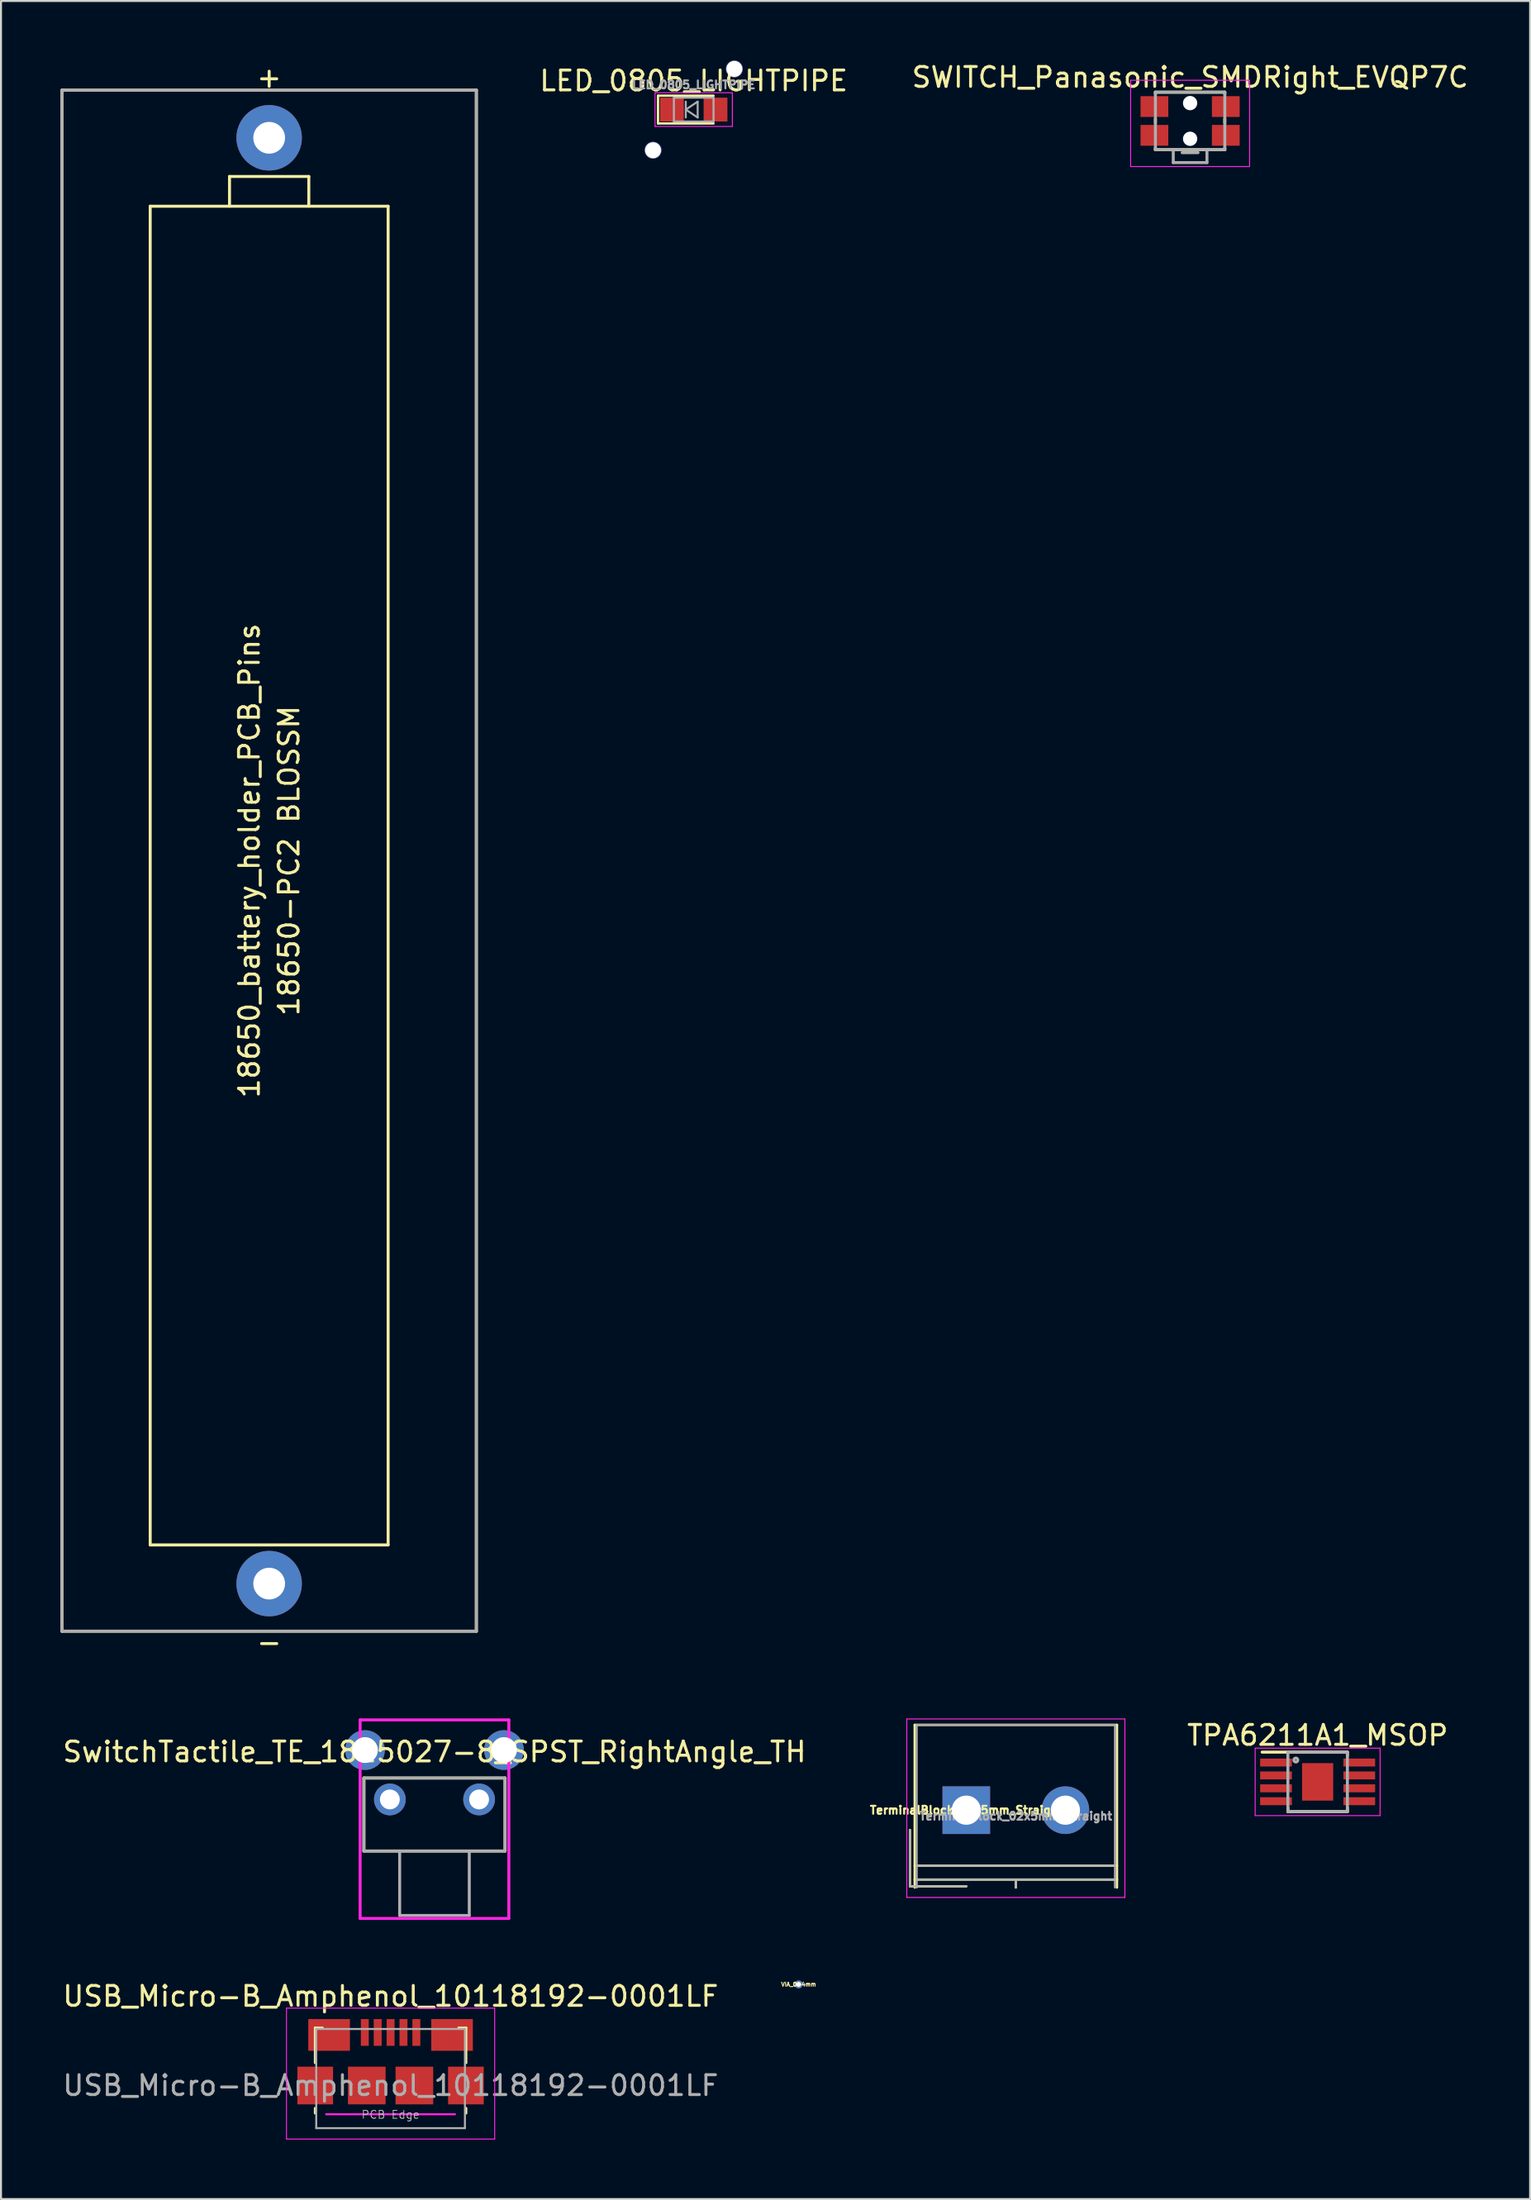
<source format=kicad_pcb>
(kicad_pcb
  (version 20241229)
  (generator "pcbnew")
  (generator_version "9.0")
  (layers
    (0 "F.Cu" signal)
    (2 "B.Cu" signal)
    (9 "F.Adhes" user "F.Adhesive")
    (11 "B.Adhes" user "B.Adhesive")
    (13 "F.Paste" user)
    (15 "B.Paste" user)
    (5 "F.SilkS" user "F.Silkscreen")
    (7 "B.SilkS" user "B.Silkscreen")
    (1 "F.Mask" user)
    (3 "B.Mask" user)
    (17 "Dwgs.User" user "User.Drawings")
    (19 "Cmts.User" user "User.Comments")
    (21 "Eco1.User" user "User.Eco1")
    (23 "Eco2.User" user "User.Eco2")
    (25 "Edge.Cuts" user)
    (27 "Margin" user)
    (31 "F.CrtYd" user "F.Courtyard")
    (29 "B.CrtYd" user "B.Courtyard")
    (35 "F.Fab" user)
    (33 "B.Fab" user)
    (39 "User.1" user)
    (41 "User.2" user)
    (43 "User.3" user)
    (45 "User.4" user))
  (footprint "USB_Micro-B_Amphenol_10118192-0001LF"
    (layer "F.Cu")
    (at 16.649 102.105)
    (property "Reference" "USB_Micro-B_Amphenol_10118192-0001LF" (at 0 -4.5 180) (layer "F.SilkS") (effects (font (size 1 1) (thickness 0.15))))
    (attr smd)
    (fp_line (start -3.81 -2.91) (end -3.43 -2.91) (stroke (width 0.12) (type solid)) (layer "F.SilkS"))
    (fp_line (start -3.81 -1.14) (end -3.81 -2.91) (stroke (width 0.12) (type solid)) (layer "F.SilkS"))
    (fp_line (start -3.81 1.4) (end -3.81 1.14) (stroke (width 0.12) (type solid)) (layer "F.SilkS"))
    (fp_line (start 3.81 -2.91) (end 3.43 -2.91) (stroke (width 0.12) (type solid)) (layer "F.SilkS"))
    (fp_line (start 3.81 -2.91) (end 3.81 -1.14) (stroke (width 0.12) (type solid)) (layer "F.SilkS"))
    (fp_line (start 3.81 1.14) (end 3.81 1.4) (stroke (width 0.12) (type solid)) (layer "F.SilkS"))
    (fp_line (start -5.25 -3.9) (end 5.25 -3.9) (stroke (width 0.05) (type solid)) (layer "F.CrtYd"))
    (fp_line (start -5.25 2.7) (end -5.25 -3.9) (stroke (width 0.05) (type solid)) (layer "F.CrtYd"))
    (fp_line (start -3.25 1.45) (end 3.25 1.45) (stroke (width 0.1) (type solid)) (layer "F.CrtYd"))
    (fp_line (start 5.25 -3.9) (end 5.25 2.7) (stroke (width 0.05) (type solid)) (layer "F.CrtYd"))
    (fp_line (start 5.25 2.7) (end -5.25 2.7) (stroke (width 0.05) (type solid)) (layer "F.CrtYd"))
    (fp_line (start -3.75 -2.85) (end 3.75 -2.85) (stroke (width 0.1) (type solid)) (layer "F.Fab"))
    (fp_line (start -3.75 2.15) (end -3.75 -2.85) (stroke (width 0.1) (type solid)) (layer "F.Fab"))
    (fp_line (start 3.75 -2.85) (end 3.75 2.15) (stroke (width 0.1) (type solid)) (layer "F.Fab"))
    (fp_line (start 3.75 2.15) (end -3.75 2.15) (stroke (width 0.1) (type solid)) (layer "F.Fab"))
    (fp_text user "PCB Edge" (at 0 1.47 180) (layer "Dwgs.User") (effects (font (size 0.4 0.4) (thickness 0.04))))
    (fp_text user "${REFERENCE}" (at 0 0 0) (layer "F.Fab") (effects (font (size 1 1) (thickness 0.15))))
    (pad "1" smd rect (at -1.3 -2.675) (size 0.4 1.35) (layers "F.Cu" "F.Mask" "F.Paste"))
    (pad "2" smd rect (at -0.65 -2.675) (size 0.4 1.35) (layers "F.Cu" "F.Mask" "F.Paste"))
    (pad "3" smd rect (at 0 -2.675) (size 0.4 1.35) (layers "F.Cu" "F.Mask" "F.Paste"))
    (pad "4" smd rect (at 0.65 -2.675) (size 0.4 1.35) (layers "F.Cu" "F.Mask" "F.Paste"))
    (pad "5" smd rect (at 1.3 -2.675) (size 0.4 1.35) (layers "F.Cu" "F.Mask" "F.Paste"))
    (pad "6" smd rect (at -3.8 0) (size 1.8 1.9) (layers "F.Cu" "F.Mask" "F.Paste"))
    (pad "6" smd rect (at -3.1 -2.55) (size 2.1 1.6) (layers "F.Cu" "F.Mask" "F.Paste"))
    (pad "6" smd rect (at -1.2 0) (size 1.9 1.9) (layers "F.Cu" "F.Mask" "F.Paste"))
    (pad "6" smd rect (at 1.2 0) (size 1.9 1.9) (layers "F.Cu" "F.Mask" "F.Paste"))
    (pad "6" smd rect (at 3.1 -2.55) (size 2.1 1.6) (layers "F.Cu" "F.Mask" "F.Paste"))
    (pad "6" smd rect (at 3.8 0) (size 1.8 1.9) (layers "F.Cu" "F.Mask" "F.Paste")))
  (footprint "VIA_0-4mm"
    (layer "F.Cu")
    (at 37.229 97.007)
    (property "Reference" "VIA_0-4mm" (at 0 0 0) (layer "F.SilkS") (effects (font (size 0.2 0.2) (thickness 0.05))))
    (attr through_hole)
    (pad "1" thru_hole circle (at 0 0) (size 0.4 0.4) (drill 0.254) (layers "*.Cu")))
  (footprint "SWITCH_Panasonic_SMDRight_EVQP7C"
    (layer "F.Cu")
    (at 56.973 3.048)
    (property "Reference" "SWITCH_Panasonic_SMDRight_EVQP7C" (at 0 -2.2 0) (layer "F.SilkS") (effects (font (size 1 1) (thickness 0.15))))
    (attr through_hole)
    (fp_line (start -1.75 -1.45) (end -1.75 -1.35) (stroke (width 0.15) (type solid)) (layer "F.SilkS"))
    (fp_line (start -1.75 -1.45) (end 1.75 -1.45) (stroke (width 0.15) (type solid)) (layer "F.SilkS"))
    (fp_line (start -1.75 -0.1) (end -1.75 0.1) (stroke (width 0.15) (type solid)) (layer "F.SilkS"))
    (fp_line (start -1.75 1.35) (end -1.75 1.45) (stroke (width 0.15) (type solid)) (layer "F.SilkS"))
    (fp_line (start -1.75 1.45) (end 1.75 1.45) (stroke (width 0.15) (type solid)) (layer "F.SilkS"))
    (fp_line (start 1.75 -1.45) (end 1.75 -1.35) (stroke (width 0.15) (type solid)) (layer "F.SilkS"))
    (fp_line (start 1.75 -0.1) (end 1.75 0.1) (stroke (width 0.15) (type solid)) (layer "F.SilkS"))
    (fp_line (start 1.75 1.45) (end 1.75 1.35) (stroke (width 0.15) (type solid)) (layer "F.SilkS"))
    (fp_line (start -3 -2.05) (end 3 -2.05) (stroke (width 0.05) (type solid)) (layer "F.CrtYd"))
    (fp_line (start -3 2.3) (end -3 -2.05) (stroke (width 0.05) (type solid)) (layer "F.CrtYd"))
    (fp_line (start 3 -2.05) (end 3 2.3) (stroke (width 0.05) (type solid)) (layer "F.CrtYd"))
    (fp_line (start 3 2.3) (end -3 2.3) (stroke (width 0.05) (type solid)) (layer "F.CrtYd"))
    (fp_line (start -1.75 -1.45) (end 1.75 -1.45) (stroke (width 0.15) (type solid)) (layer "F.Fab"))
    (fp_line (start -1.75 1.45) (end -1.75 -1.45) (stroke (width 0.15) (type solid)) (layer "F.Fab"))
    (fp_line (start -0.85 2.1) (end -0.85 1.45) (stroke (width 0.15) (type solid)) (layer "F.Fab"))
    (fp_line (start -0.85 2.1) (end 0.85 2.1) (stroke (width 0.15) (type solid)) (layer "F.Fab"))
    (fp_line (start -0.4 1.6) (end 0.4 1.6) (stroke (width 0.15) (type solid)) (layer "F.Fab"))
    (fp_line (start 0.85 2.1) (end 0.85 1.45) (stroke (width 0.15) (type solid)) (layer "F.Fab"))
    (fp_line (start 1.75 -1.45) (end 1.75 1.45) (stroke (width 0.15) (type solid)) (layer "F.Fab"))
    (fp_line (start 1.75 1.45) (end -1.75 1.45) (stroke (width 0.15) (type solid)) (layer "F.Fab"))
    (pad "" np_thru_hole circle (at 0 -0.9) (size 0.72 0.72) (drill 0.72) (layers "*.Cu" "*.Mask"))
    (pad "" np_thru_hole circle (at 0 0.9) (size 0.72 0.72) (drill 0.72) (layers "*.Cu" "*.Mask"))
    (pad "1" smd rect (at -1.8 -0.725) (size 1.4 1.05) (layers "F.Cu" "F.Mask" "F.Paste"))
    (pad "1" smd rect (at 1.8 -0.725) (size 1.4 1.05) (layers "F.Cu" "F.Mask" "F.Paste"))
    (pad "2" smd rect (at -1.8 0.725) (size 1.4 1.05) (layers "F.Cu" "F.Mask" "F.Paste"))
    (pad "2" smd rect (at 1.8 0.725) (size 1.4 1.05) (layers "F.Cu" "F.Mask" "F.Paste")))
  (footprint "TerminalBlock_02x5mm_Straight"
    (layer "F.Cu")
    (at 45.684 88.222)
    (property "Reference" "TerminalBlock_02x5mm_Straight" (at 0 0 0) (layer "F.SilkS") (effects (font (size 0.4 0.4) (thickness 0.1))))
    (attr through_hole)
    (fp_line (start -2.84 1) (end -2.84 3.84) (stroke (width 0.12) (type solid)) (layer "F.SilkS"))
    (fp_line (start -2.84 3.84) (end 0 3.84) (stroke (width 0.12) (type solid)) (layer "F.SilkS"))
    (fp_line (start -2.6 -4.3) (end 7.6 -4.3) (stroke (width 0.12) (type solid)) (layer "F.SilkS"))
    (fp_line (start -2.6 2.8) (end 7.6 2.8) (stroke (width 0.12) (type solid)) (layer "F.SilkS"))
    (fp_line (start -2.6 3.5) (end 7.6 3.5) (stroke (width 0.12) (type solid)) (layer "F.SilkS"))
    (fp_line (start -2.6 3.9) (end -2.6 -4.3) (stroke (width 0.12) (type solid)) (layer "F.SilkS"))
    (fp_line (start 2.5 3.5) (end 2.5 3.9) (stroke (width 0.12) (type solid)) (layer "F.SilkS"))
    (fp_line (start 7.6 -4.3) (end 7.6 3.9) (stroke (width 0.12) (type solid)) (layer "F.SilkS"))
    (fp_line (start -3 -4.6) (end -3 4.4) (stroke (width 0.05) (type solid)) (layer "F.CrtYd"))
    (fp_line (start -3 4.4) (end 8 4.4) (stroke (width 0.05) (type solid)) (layer "F.CrtYd"))
    (fp_line (start 8 -4.6) (end -3 -4.6) (stroke (width 0.05) (type solid)) (layer "F.CrtYd"))
    (fp_line (start 8 4.4) (end 8 -4.6) (stroke (width 0.05) (type solid)) (layer "F.CrtYd"))
    (fp_line (start -2.84 1) (end -2.84 3.84) (stroke (width 0.1) (type solid)) (layer "F.Fab"))
    (fp_line (start -2.84 3.84) (end 0 3.84) (stroke (width 0.1) (type solid)) (layer "F.Fab"))
    (fp_line (start -2.5 -4.3) (end 7.5 -4.3) (stroke (width 0.1) (type solid)) (layer "F.Fab"))
    (fp_line (start -2.5 2.8) (end 7.5 2.8) (stroke (width 0.1) (type solid)) (layer "F.Fab"))
    (fp_line (start -2.5 3.5) (end 7.5 3.5) (stroke (width 0.1) (type solid)) (layer "F.Fab"))
    (fp_line (start -2.5 3.9) (end -2.5 -4.3) (stroke (width 0.1) (type solid)) (layer "F.Fab"))
    (fp_line (start 2.5 3.5) (end 2.5 3.9) (stroke (width 0.1) (type solid)) (layer "F.Fab"))
    (fp_line (start 7.5 -4.3) (end 7.5 3.9) (stroke (width 0.1) (type solid)) (layer "F.Fab"))
    (fp_text user "${REFERENCE}" (at 2.5 0.3 0) (layer "F.Fab") (effects (font (size 0.4 0.4) (thickness 0.1))))
    (pad "1" thru_hole rect (at 0 0) (size 2.4 2.4) (drill 1.47) (layers "*.Cu" "*.Mask"))
    (pad "2" thru_hole circle (at 5 0) (size 2.4 2.4) (drill 1.47) (layers "*.Cu" "*.Mask")))
  (footprint "TPA6211A1_MSOP"
    (layer "F.Cu")
    (at 63.405 86.795)
    (property "Reference" "TPA6211A1_MSOP" (at 0 -2.35 0) (layer "F.SilkS") (effects (font (size 1 1) (thickness 0.15))))
    (attr through_hole)
    (fp_line (start -2.8 -1.5) (end 1.5 -1.5) (stroke (width 0.15) (type solid)) (layer "F.SilkS"))
    (fp_line (start -1.5 1.5) (end -1.5 1.3) (stroke (width 0.15) (type solid)) (layer "F.SilkS"))
    (fp_line (start 1.5 -1.5) (end 1.5 -1.3) (stroke (width 0.15) (type solid)) (layer "F.SilkS"))
    (fp_line (start 1.5 1.5) (end -1.5 1.5) (stroke (width 0.15) (type solid)) (layer "F.SilkS"))
    (fp_line (start 1.5 1.5) (end 1.5 1.3) (stroke (width 0.15) (type solid)) (layer "F.SilkS"))
    (fp_line (start -3.15 -1.7) (end 3.15 -1.7) (stroke (width 0.05) (type solid)) (layer "F.CrtYd"))
    (fp_line (start -3.15 1.7) (end -3.15 -1.7) (stroke (width 0.05) (type solid)) (layer "F.CrtYd"))
    (fp_line (start 3.15 -1.7) (end 3.15 1.7) (stroke (width 0.05) (type solid)) (layer "F.CrtYd"))
    (fp_line (start 3.15 1.7) (end -3.15 1.7) (stroke (width 0.05) (type solid)) (layer "F.CrtYd"))
    (fp_line (start -1.5 -1.5) (end 1.5 -1.5) (stroke (width 0.15) (type solid)) (layer "F.Fab"))
    (fp_line (start -1.5 1.5) (end -1.5 -1.5) (stroke (width 0.15) (type solid)) (layer "F.Fab"))
    (fp_line (start 1.5 -1.5) (end 1.5 1.5) (stroke (width 0.15) (type solid)) (layer "F.Fab"))
    (fp_line (start 1.5 1.5) (end -1.5 1.5) (stroke (width 0.15) (type solid)) (layer "F.Fab"))
    (fp_circle (center -1.1 -1.1) (end -1.1 -1.2) (stroke (width 0.15) (type solid)) (fill no) (layer "F.Fab"))
    (pad "1" smd rect (at -2.1 -0.975) (size 1.6 0.4) (layers "F.Cu" "F.Mask" "F.Paste"))
    (pad "2" smd rect (at -2.1 -0.325) (size 1.6 0.4) (layers "F.Cu" "F.Mask" "F.Paste"))
    (pad "3" smd rect (at -2.1 0.325) (size 1.6 0.4) (layers "F.Cu" "F.Mask" "F.Paste"))
    (pad "4" smd rect (at -2.1 0.975) (size 1.6 0.4) (layers "F.Cu" "F.Mask" "F.Paste"))
    (pad "5" smd rect (at 2.1 0.975) (size 1.6 0.4) (layers "F.Cu" "F.Mask" "F.Paste"))
    (pad "6" smd rect (at 2.1 0.325) (size 1.6 0.4) (layers "F.Cu" "F.Mask" "F.Paste"))
    (pad "7" smd rect (at 0 0) (size 1.57 1.89) (layers "F.Cu" "F.Mask" "F.Paste"))
    (pad "7" smd rect (at 2.1 -0.325) (size 1.6 0.4) (layers "F.Cu" "F.Mask" "F.Paste"))
    (pad "8" smd rect (at 2.1 -0.975) (size 1.6 0.4) (layers "F.Cu" "F.Mask" "F.Paste")))
  (footprint "SwitchTactile_TE_1825027-8_SPST_RightAngle_TH"
    (layer "F.Cu")
    (at 16.613 87.681)
    (property "Reference" "SwitchTactile_TE_1825027-8_SPST_RightAngle_TH" (at 2.25 -2.4 0) (layer "F.SilkS") (effects (font (size 1 1) (thickness 0.15))))
    (attr through_hole)
    (fp_line (start -1.31 -1.08) (end 5.81 -1.08) (stroke (width 0.15) (type solid)) (layer "F.SilkS"))
    (fp_line (start -1.31 2.6) (end -1.31 -1.08) (stroke (width 0.15) (type solid)) (layer "F.SilkS"))
    (fp_line (start -1.31 2.6) (end 5.81 2.6) (stroke (width 0.15) (type solid)) (layer "F.SilkS"))
    (fp_line (start 5.81 -1.08) (end 5.81 2.6) (stroke (width 0.15) (type solid)) (layer "F.SilkS"))
    (fp_line (start -1.5 6) (end -1.5 -4.01) (stroke (width 0.15) (type solid)) (layer "F.CrtYd"))
    (fp_line (start -1.5 6) (end 6 6) (stroke (width 0.15) (type solid)) (layer "F.CrtYd"))
    (fp_line (start 6 -4.01) (end -1.5 -4.01) (stroke (width 0.15) (type solid)) (layer "F.CrtYd"))
    (fp_line (start 6 6) (end 6 -4.01) (stroke (width 0.15) (type solid)) (layer "F.CrtYd"))
    (fp_line (start -1.31 -1.08) (end 5.81 -1.08) (stroke (width 0.15) (type solid)) (layer "F.Fab"))
    (fp_line (start -1.31 2.6) (end -1.31 -1.08) (stroke (width 0.15) (type solid)) (layer "F.Fab"))
    (fp_line (start -1.31 2.6) (end 5.81 2.6) (stroke (width 0.15) (type solid)) (layer "F.Fab"))
    (fp_line (start 0.495 2.6) (end 0.495 5.85) (stroke (width 0.15) (type solid)) (layer "F.Fab"))
    (fp_line (start 0.495 5.85) (end 4.005 5.85) (stroke (width 0.15) (type solid)) (layer "F.Fab"))
    (fp_line (start 4.005 5.85) (end 4.005 2.6) (stroke (width 0.15) (type solid)) (layer "F.Fab"))
    (fp_line (start 5.81 -1.08) (end 5.81 2.6) (stroke (width 0.15) (type solid)) (layer "F.Fab"))
    (pad "1" thru_hole circle (at 0 0) (size 1.6 1.6) (drill 1) (layers "*.Cu" "*.Mask"))
    (pad "2" thru_hole circle (at 4.5 0) (size 1.6 1.6) (drill 1) (layers "*.Cu" "*.Mask"))
    (pad "3" thru_hole circle (at -1.255 -2.49) (size 2 2) (drill 1.3) (layers "*.Cu" "*.Mask"))
    (pad "4" thru_hole circle (at 5.755 -2.49) (size 2 2) (drill 1.3) (layers "*.Cu" "*.Mask")))
  (footprint "LED_0805_LIGHTPIPE"
    (layer "F.Cu")
    (at 31.937 2.475)
    (property "Reference" "LED_0805_LIGHTPIPE" (at 0 -1.45 0) (layer "F.SilkS") (effects (font (size 1 1) (thickness 0.15))))
    (attr smd)
    (fp_line (start -1.8 -0.7) (end -1.8 0.7) (stroke (width 0.12) (type solid)) (layer "F.SilkS"))
    (fp_line (start -1.8 -0.7) (end 1 -0.7) (stroke (width 0.12) (type solid)) (layer "F.SilkS"))
    (fp_line (start -1.8 0.7) (end 1 0.7) (stroke (width 0.12) (type solid)) (layer "F.SilkS"))
    (fp_line (start -1.95 -0.85) (end 1.95 -0.85) (stroke (width 0.05) (type solid)) (layer "F.CrtYd"))
    (fp_line (start -1.95 0.85) (end -1.95 -0.85) (stroke (width 0.05) (type solid)) (layer "F.CrtYd"))
    (fp_line (start 1.95 -0.85) (end 1.95 0.85) (stroke (width 0.05) (type solid)) (layer "F.CrtYd"))
    (fp_line (start 1.95 0.85) (end -1.95 0.85) (stroke (width 0.05) (type solid)) (layer "F.CrtYd"))
    (fp_line (start -1 -0.6) (end 1 -0.6) (stroke (width 0.1) (type solid)) (layer "F.Fab"))
    (fp_line (start -1 0.6) (end -1 -0.6) (stroke (width 0.1) (type solid)) (layer "F.Fab"))
    (fp_line (start -0.4 -0.4) (end -0.4 0.4) (stroke (width 0.1) (type solid)) (layer "F.Fab"))
    (fp_line (start -0.4 0) (end 0.2 -0.4) (stroke (width 0.1) (type solid)) (layer "F.Fab"))
    (fp_line (start 0.2 -0.4) (end 0.2 0.4) (stroke (width 0.1) (type solid)) (layer "F.Fab"))
    (fp_line (start 0.2 0.4) (end -0.4 0) (stroke (width 0.1) (type solid)) (layer "F.Fab"))
    (fp_line (start 1 -0.6) (end 1 0.6) (stroke (width 0.1) (type solid)) (layer "F.Fab"))
    (fp_line (start 1 0.6) (end -1 0.6) (stroke (width 0.1) (type solid)) (layer "F.Fab"))
    (fp_text user "${REFERENCE}" (at 0 -1.25 0) (layer "F.Fab") (effects (font (size 0.4 0.4) (thickness 0.1))))
    (pad "" np_thru_hole circle (at -2.05 2.05) (size 0.85 0.85) (drill 0.8) (layers "*.Cu" "*.Mask"))
    (pad "" np_thru_hole circle (at 2.05 -2.05) (size 0.85 0.85) (drill 0.8) (layers "*.Cu" "*.Mask"))
    (pad "1" smd rect (at -1.1 0 180) (size 1.2 1.2) (layers "F.Cu" "F.Mask" "F.Paste"))
    (pad "2" smd rect (at 1.1 0 180) (size 1.2 1.2) (layers "F.Cu" "F.Mask" "F.Paste")))
  (footprint "18650_battery_holder_PCB_Pins"
    (layer "F.Cu")
    (at 10.525 40.348)
    (property "Reference" "18650_battery_holder_PCB_Pins" (at -1 0 90) (layer "F.SilkS") (effects (font (size 1 1) (thickness 0.15))))
    (attr through_hole)
    (fp_line (start -10.45 -38.85) (end -10.45 38.85) (stroke (width 0.15) (type solid)) (layer "F.SilkS"))
    (fp_line (start -10.45 -38.85) (end 10.45 -38.85) (stroke (width 0.15) (type solid)) (layer "F.SilkS"))
    (fp_line (start -10.45 38.85) (end 10.45 38.85) (stroke (width 0.15) (type solid)) (layer "F.SilkS"))
    (fp_line (start -6 -33) (end 6 -33) (stroke (width 0.15) (type solid)) (layer "F.SilkS"))
    (fp_line (start -6 34.5) (end -6 -33) (stroke (width 0.15) (type solid)) (layer "F.SilkS"))
    (fp_line (start -2 -34.5) (end -2 -33) (stroke (width 0.15) (type solid)) (layer "F.SilkS"))
    (fp_line (start -2 -34.5) (end 2 -34.5) (stroke (width 0.15) (type solid)) (layer "F.SilkS"))
    (fp_line (start 2 -34.5) (end 2 -33) (stroke (width 0.15) (type solid)) (layer "F.SilkS"))
    (fp_line (start 6 -33) (end 6 34.5) (stroke (width 0.15) (type solid)) (layer "F.SilkS"))
    (fp_line (start 6 34.5) (end -6 34.5) (stroke (width 0.15) (type solid)) (layer "F.SilkS"))
    (fp_line (start 10.45 38.85) (end 10.45 -38.85) (stroke (width 0.15) (type solid)) (layer "F.SilkS"))
    (fp_line (start -10.45 -38.85) (end 10.45 -38.85) (stroke (width 0.15) (type solid)) (layer "F.Fab"))
    (fp_line (start -10.45 38.85) (end -10.45 -38.85) (stroke (width 0.15) (type solid)) (layer "F.Fab"))
    (fp_line (start 10.45 -38.85) (end 10.45 38.85) (stroke (width 0.15) (type solid)) (layer "F.Fab"))
    (fp_line (start 10.45 38.85) (end -10.45 38.85) (stroke (width 0.15) (type solid)) (layer "F.Fab"))
    (fp_text user "+" (at 0 -39.5 0) (layer "F.SilkS") (effects (font (size 1 1) (thickness 0.15))))
    (fp_text user "18650-PC2 BLOSSM" (at 1 0 90) (layer "F.SilkS") (effects (font (size 1 1) (thickness 0.15))))
    (fp_text user "-" (at 0 39.4 0) (layer "F.SilkS") (effects (font (size 1 1) (thickness 0.15))))
    (pad "1" thru_hole circle (at 0 -36.45) (size 3.3 3.3) (drill 1.6) (layers "*.Cu" "*.Mask"))
    (pad "2" thru_hole circle (at 0 36.45) (size 3.3 3.3) (drill 1.6) (layers "*.Cu" "*.Mask")))
  (gr_rect
    (start -3 -3)
    (end 74.121 107.83)
    (stroke (width 0.1) (type default))
    (fill no)
    (layer "Edge.Cuts")))
</source>
